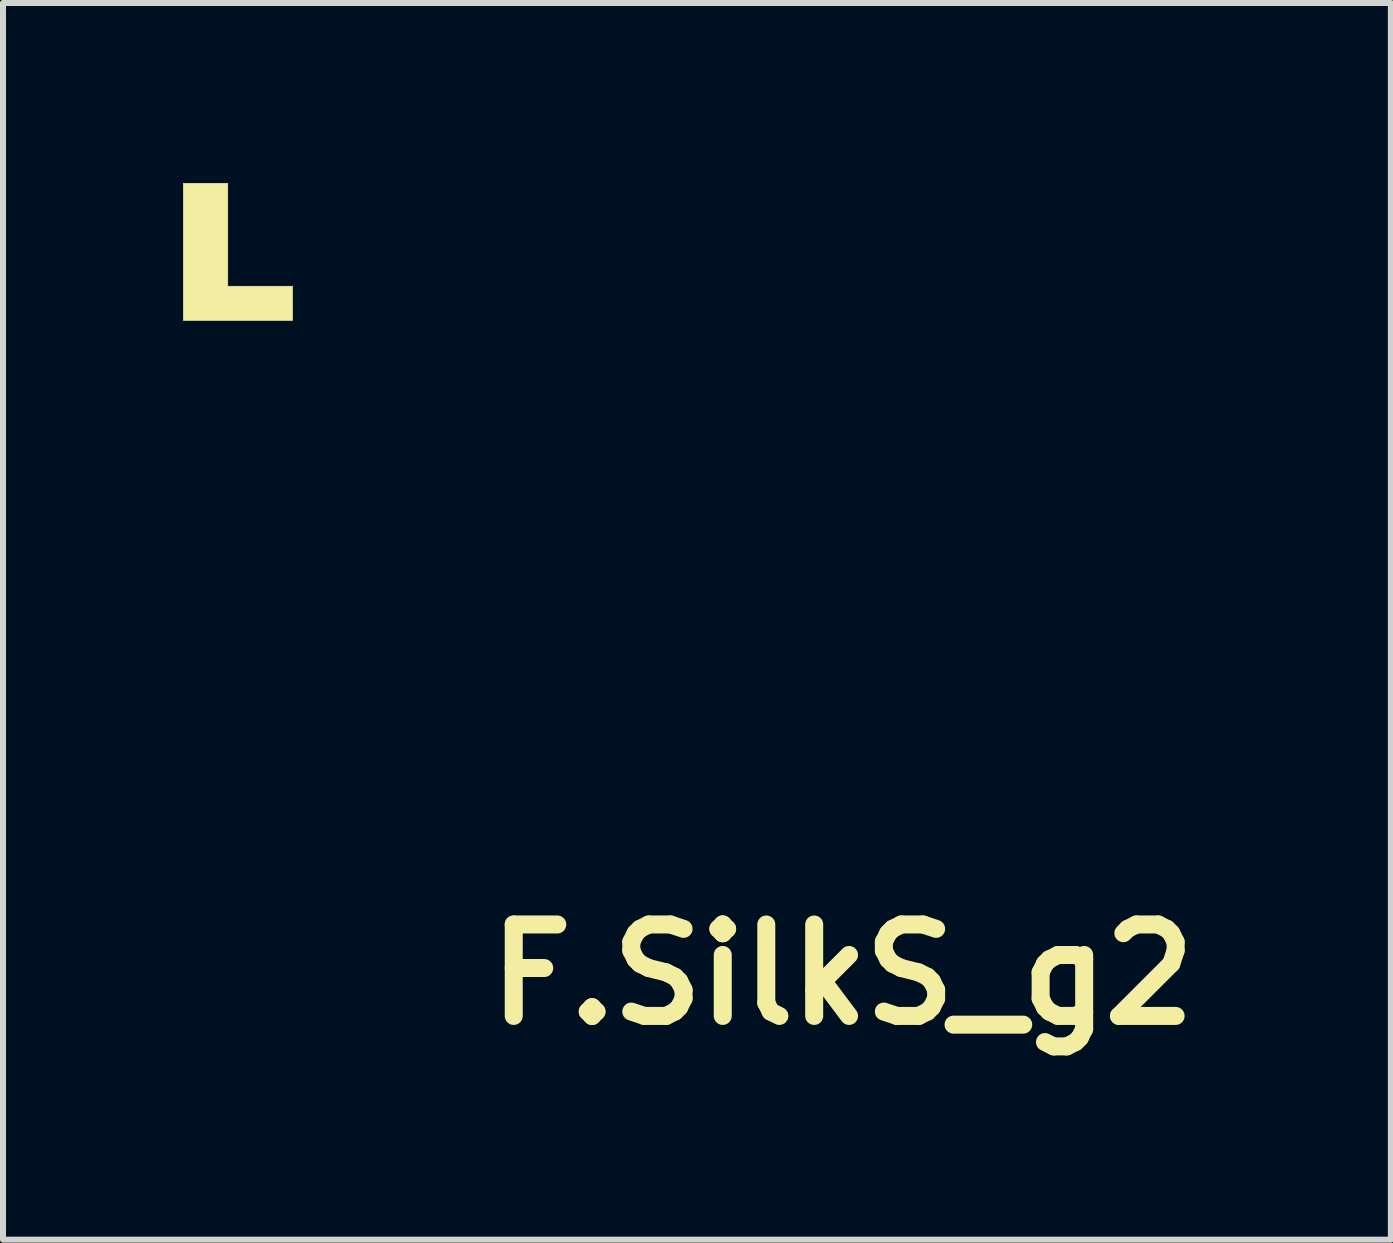
<source format=kicad_pcb>
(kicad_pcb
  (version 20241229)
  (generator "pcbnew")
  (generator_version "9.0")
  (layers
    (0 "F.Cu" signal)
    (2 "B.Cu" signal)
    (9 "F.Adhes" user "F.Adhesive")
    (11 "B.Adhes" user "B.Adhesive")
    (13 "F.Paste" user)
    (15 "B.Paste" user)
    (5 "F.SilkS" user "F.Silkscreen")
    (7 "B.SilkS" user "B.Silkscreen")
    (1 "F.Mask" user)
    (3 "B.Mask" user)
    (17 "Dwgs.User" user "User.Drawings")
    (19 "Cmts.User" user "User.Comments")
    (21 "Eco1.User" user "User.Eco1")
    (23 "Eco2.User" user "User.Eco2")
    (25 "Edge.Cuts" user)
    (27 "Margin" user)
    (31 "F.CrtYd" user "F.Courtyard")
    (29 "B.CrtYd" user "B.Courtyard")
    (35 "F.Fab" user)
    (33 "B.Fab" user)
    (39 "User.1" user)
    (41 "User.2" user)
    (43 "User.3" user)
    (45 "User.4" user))
  (footprint "F.SilkS_g2"
    (layer "F.Cu")
    (at 10.991 13.192)
    (property "Reference" "F.SilkS_g2" (at 0 0 0) (layer "F.SilkS") (effects (font (size 1.524 1.524) (thickness 0.3))))
    (attr through_hole)
    (fp_poly (pts (xy -10.245 -11.472) (xy -9.165 -11.472) (xy -9.165 -10.901) (xy -10.986 -10.901) (xy -10.986 -13.187) (xy -10.245 -13.187) (xy -10.245 -11.472)) (stroke (width 0.01) (type solid)) (fill yes) (layer "F.SilkS")))
  (gr_rect
    (start -3 -3)
    (end 20.13 17.61)
    (stroke (width 0.1) (type default))
    (fill no)
    (layer "Edge.Cuts")))
</source>
